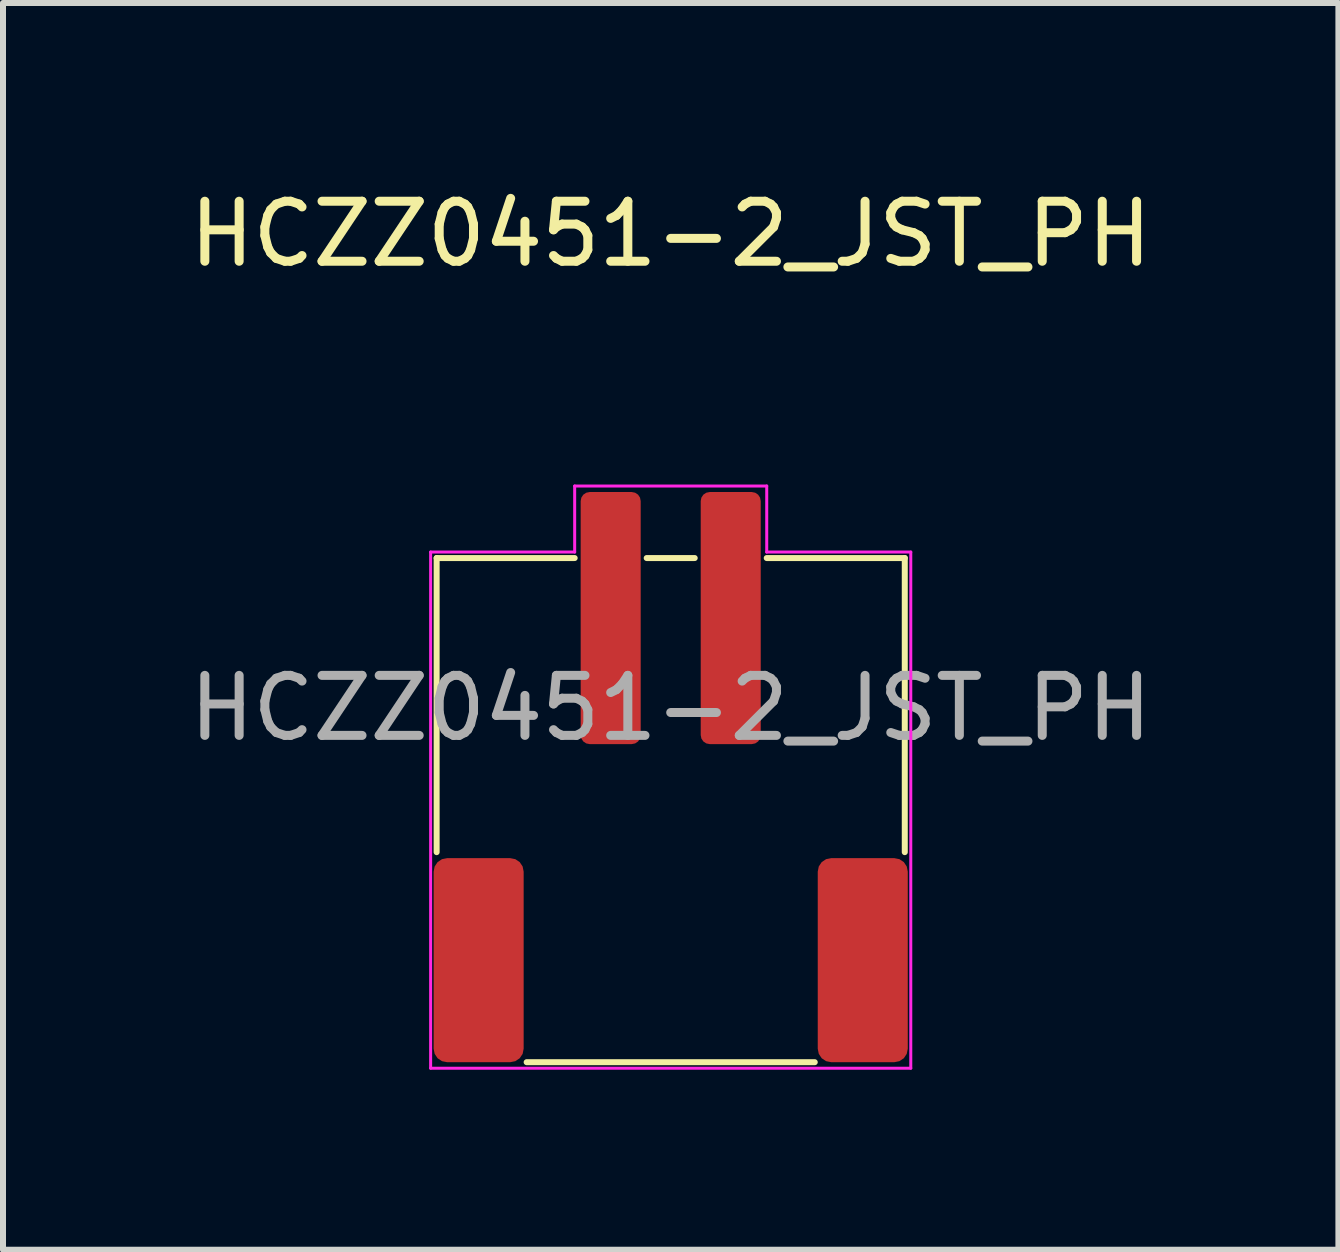
<source format=kicad_pcb>
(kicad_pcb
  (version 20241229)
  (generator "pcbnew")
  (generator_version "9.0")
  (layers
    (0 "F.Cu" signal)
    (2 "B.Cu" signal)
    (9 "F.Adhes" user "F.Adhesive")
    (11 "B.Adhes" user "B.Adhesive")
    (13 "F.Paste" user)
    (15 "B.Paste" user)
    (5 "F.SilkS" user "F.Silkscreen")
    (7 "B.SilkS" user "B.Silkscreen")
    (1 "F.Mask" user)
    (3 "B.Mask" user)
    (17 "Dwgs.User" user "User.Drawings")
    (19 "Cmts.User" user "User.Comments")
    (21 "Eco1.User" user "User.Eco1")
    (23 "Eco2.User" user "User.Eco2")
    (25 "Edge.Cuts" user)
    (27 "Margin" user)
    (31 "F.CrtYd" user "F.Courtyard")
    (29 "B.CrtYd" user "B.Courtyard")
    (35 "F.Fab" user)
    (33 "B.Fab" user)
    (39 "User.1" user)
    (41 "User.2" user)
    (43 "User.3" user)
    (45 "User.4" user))
  (footprint "HCZZ0451-2_JST_PH"
    (layer "F.Cu")
    (at 8.125 7.248)
    (property "Reference" "HCZZ0451-2_JST_PH" (at 0 -6.4 0) (unlocked yes) (layer "F.SilkS") (effects (font (size 1 1) (thickness 0.15))))
    (attr smd)
    (fp_line (start -3.9 -1) (end -3.9 3.9) (stroke (width 0.1) (type default)) (layer "F.SilkS"))
    (fp_line (start -2.4 7.4) (end 2.4 7.4) (stroke (width 0.1) (type default)) (layer "F.SilkS"))
    (fp_line (start -1.6 -1) (end -3.9 -1) (stroke (width 0.1) (type default)) (layer "F.SilkS"))
    (fp_line (start 0.4 -1) (end -0.4 -1) (stroke (width 0.1) (type default)) (layer "F.SilkS"))
    (fp_line (start 3.9 -1) (end 1.6 -1) (stroke (width 0.1) (type default)) (layer "F.SilkS"))
    (fp_line (start 3.9 3.9) (end 3.9 -1) (stroke (width 0.1) (type default)) (layer "F.SilkS"))
    (fp_line (start -4 -1.1) (end -4 7.5) (stroke (width 0.05) (type default)) (layer "F.CrtYd"))
    (fp_line (start -4 7.5) (end 4 7.5) (stroke (width 0.05) (type default)) (layer "F.CrtYd"))
    (fp_line (start -1.6 -2.2) (end -1.6 -1.1) (stroke (width 0.05) (type default)) (layer "F.CrtYd"))
    (fp_line (start -1.6 -1.1) (end -4 -1.1) (stroke (width 0.05) (type default)) (layer "F.CrtYd"))
    (fp_line (start 1.6 -2.2) (end -1.6 -2.2) (stroke (width 0.05) (type default)) (layer "F.CrtYd"))
    (fp_line (start 1.6 -1.1) (end 1.6 -2.2) (stroke (width 0.05) (type default)) (layer "F.CrtYd"))
    (fp_line (start 4 -1.1) (end 1.6 -1.1) (stroke (width 0.05) (type default)) (layer "F.CrtYd"))
    (fp_line (start 4 7.5) (end 4 -1.1) (stroke (width 0.05) (type default)) (layer "F.CrtYd"))
    (fp_text user "${REFERENCE}" (at 0 1.5 0) (unlocked yes) (layer "F.Fab") (effects (font (size 1 1) (thickness 0.15))))
    (pad "1" smd roundrect (at -1 0) (size 1 4.2) (layers "F.Cu" "F.Mask" "F.Paste") (roundrect_rratio 0.15))
    (pad "2" smd roundrect (at 1 0) (size 1 4.2) (layers "F.Cu" "F.Mask" "F.Paste") (roundrect_rratio 0.15))
    (pad "MP" smd roundrect (at -3.2 5.7) (size 1.5 3.4) (layers "F.Cu" "F.Mask" "F.Paste") (roundrect_rratio 0.15))
    (pad "MP" smd roundrect (at 3.2 5.7) (size 1.5 3.4) (layers "F.Cu" "F.Mask" "F.Paste") (roundrect_rratio 0.15)))
  (gr_rect
    (start -3 -3)
    (end 19.25 17.773)
    (stroke (width 0.1) (type default))
    (fill no)
    (layer "Edge.Cuts")))
</source>
